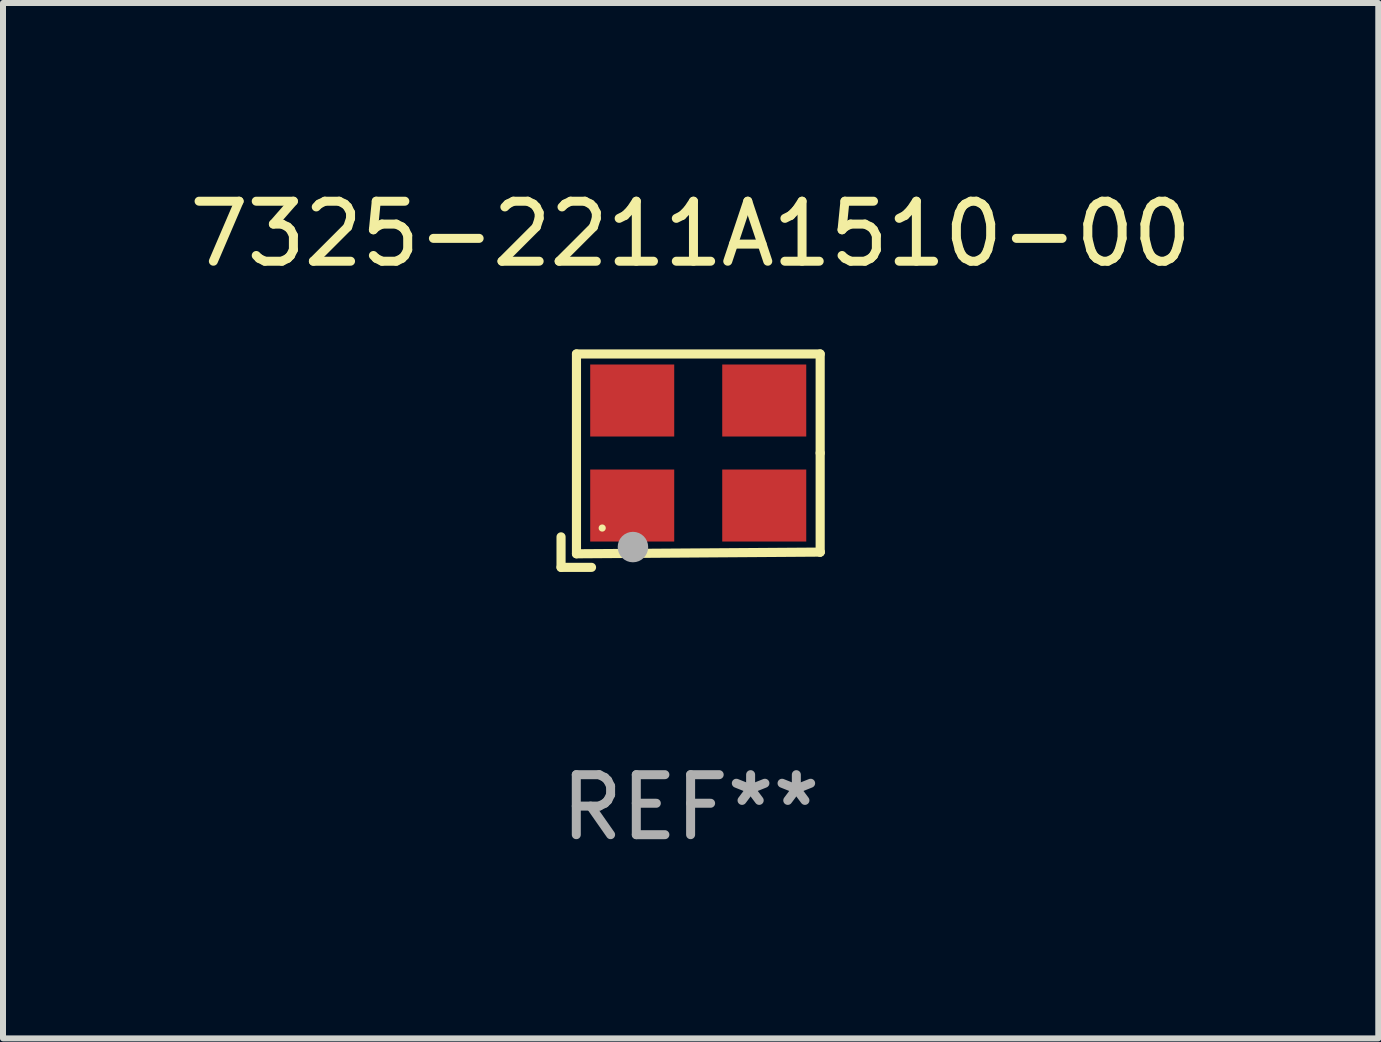
<source format=kicad_pcb>
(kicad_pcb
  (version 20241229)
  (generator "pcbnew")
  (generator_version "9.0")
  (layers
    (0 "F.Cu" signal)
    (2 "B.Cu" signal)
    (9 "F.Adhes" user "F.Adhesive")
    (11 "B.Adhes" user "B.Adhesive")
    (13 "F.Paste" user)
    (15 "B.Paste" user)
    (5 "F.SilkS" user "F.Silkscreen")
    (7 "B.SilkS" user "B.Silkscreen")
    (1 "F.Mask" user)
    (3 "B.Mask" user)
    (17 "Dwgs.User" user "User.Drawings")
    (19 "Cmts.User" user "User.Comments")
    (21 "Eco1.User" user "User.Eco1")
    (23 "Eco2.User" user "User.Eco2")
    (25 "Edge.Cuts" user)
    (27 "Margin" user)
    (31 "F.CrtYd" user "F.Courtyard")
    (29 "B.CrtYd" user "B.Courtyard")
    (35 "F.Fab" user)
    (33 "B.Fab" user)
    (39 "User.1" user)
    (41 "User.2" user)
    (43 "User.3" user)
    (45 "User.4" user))
  (footprint "7325-2211A1510-00"
    (layer "F.Cu")
    (at 8.458 4.626)
    (property "Reference" "7325-2211A1510-00" (at 0 -3.778 0) (layer "F.SilkS") (effects (font (size 1 1) (thickness 0.15))))
    (attr through_hole)
    (fp_line (start -2.159 1.27) (end -2.159 1.778) (stroke (width 0.152) (type solid)) (layer "F.SilkS"))
    (fp_line (start -2.159 1.778) (end -1.651 1.778) (stroke (width 0.152) (type solid)) (layer "F.SilkS"))
    (fp_line (start -1.902 -1.778) (end 2.159 -1.778) (stroke (width 0.152) (type solid)) (layer "F.SilkS"))
    (fp_line (start -1.902 1.552) (end -1.902 -1.778) (stroke (width 0.152) (type solid)) (layer "F.SilkS"))
    (fp_line (start 2.159 -1.778) (end 2.159 -0.127) (stroke (width 0.152) (type solid)) (layer "F.SilkS"))
    (fp_line (start 2.159 -0.127) (end 2.159 1.524) (stroke (width 0.152) (type solid)) (layer "F.SilkS"))
    (fp_line (start 2.159 1.524) (end -1.902 1.552) (stroke (width 0.152) (type solid)) (layer "F.SilkS"))
    (fp_line (start 2.159 1.524) (end 2.159 1.524) (stroke (width 0.152) (type solid)) (layer "F.SilkS"))
    (fp_circle (center -1.473 1.123) (end -1.443 1.123) (stroke (width 0.06) (type solid)) (fill no) (layer "F.SilkS"))
    (fp_circle (center -0.961 1.44) (end -0.834 1.44) (stroke (width 0.254) (type solid)) (fill no) (layer "F.Fab"))
    (fp_text user "REF**" (at 0 5.778 0) (layer "F.Fab") (effects (font (size 1 1) (thickness 0.15))))
    (pad "1" smd rect (at -0.973 0.748) (size 1.4 1.2) (layers "F.Cu" "F.Mask" "F.Paste"))
    (pad "2" smd rect (at 1.227 0.748) (size 1.4 1.2) (layers "F.Cu" "F.Mask" "F.Paste"))
    (pad "3" smd rect (at 1.227 -1.002) (size 1.4 1.2) (layers "F.Cu" "F.Mask" "F.Paste"))
    (pad "4" smd rect (at -0.973 -1.002) (size 1.4 1.2) (layers "F.Cu" "F.Mask" "F.Paste")))
  (gr_rect
    (start -3 -3)
    (end 19.917 14.253)
    (stroke (width 0.1) (type default))
    (fill no)
    (layer "Edge.Cuts")))
</source>
